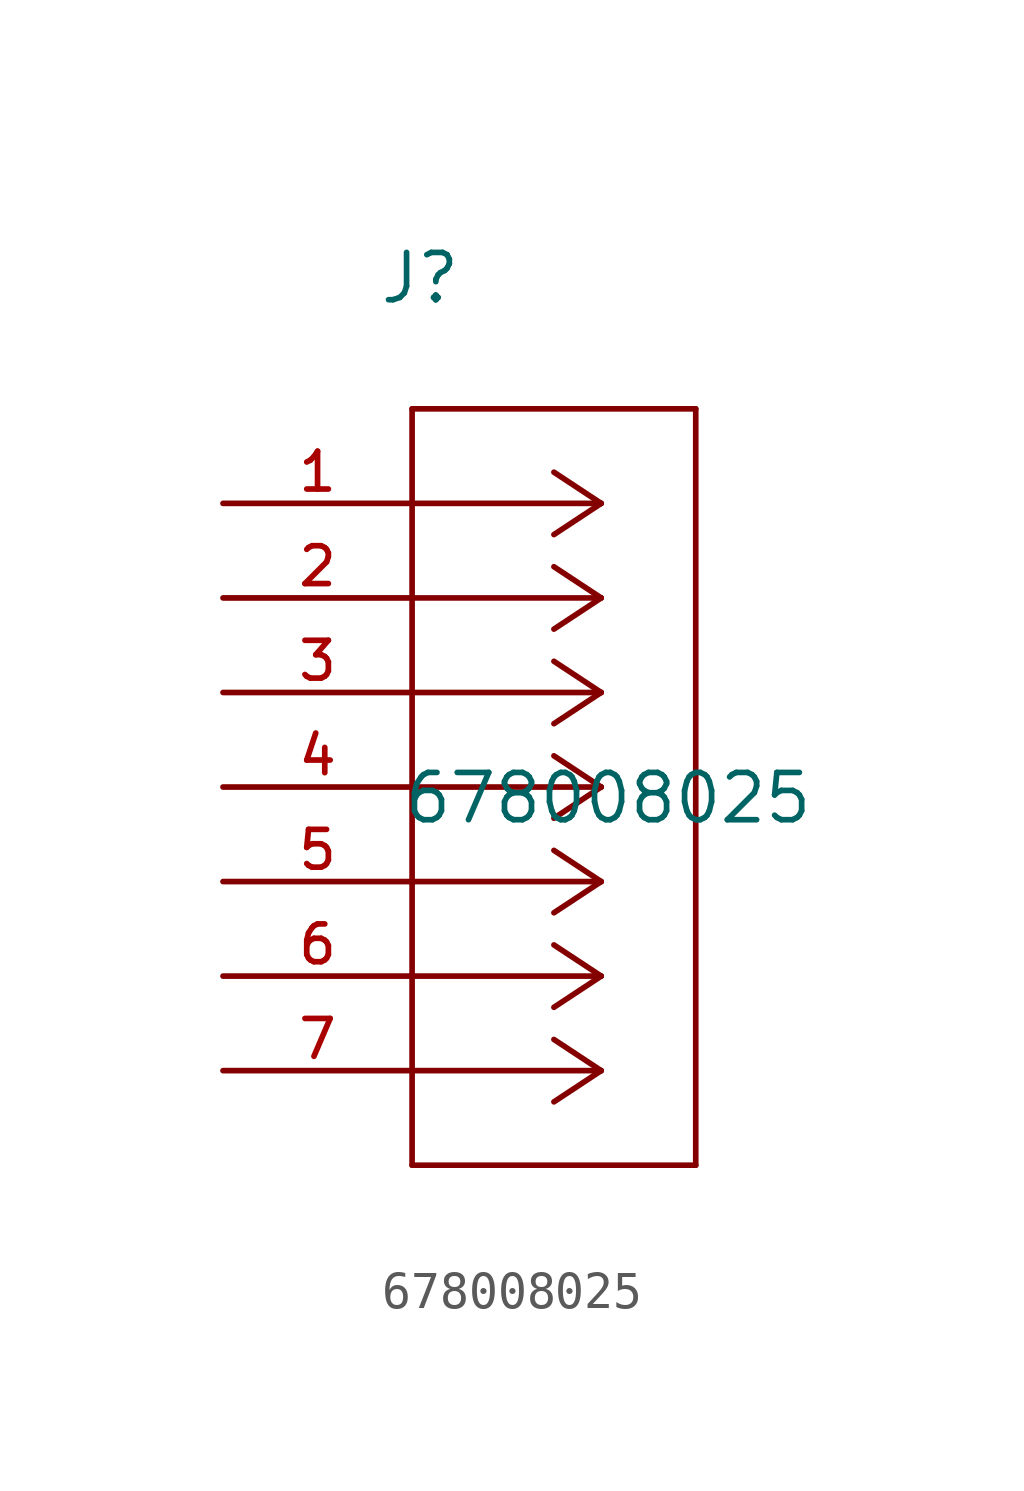
<source format=kicad_sym>
(kicad_symbol_lib
  (version 20211014)
  (generator kicad_symbol_editor)
  (symbol "678008025"
    (pin_names
      (offset 1.016))
    (property "Reference" "J"
      (at 4.166 5.309 0.0)
      (effects (font (size 1.27 1.27)) (justify bottom left)))
    (property "Value" "678008025"
      (at 4.801 -8.661 0.0)
      (effects (font (size 1.27 1.27)) (justify bottom left)))
    (symbol "678008025_0_0"
      (polyline (pts (xy 10.16 0.0) (xy 5.08 0.0)) (stroke (width 0.152)))
      (polyline (pts (xy 10.16 -2.54) (xy 5.08 -2.54)) (stroke (width 0.152)))
      (polyline (pts (xy 10.16 -5.08) (xy 5.08 -5.08)) (stroke (width 0.152)))
      (polyline (pts (xy 10.16 -7.62) (xy 5.08 -7.62)) (stroke (width 0.152)))
      (polyline (pts (xy 10.16 -10.16) (xy 5.08 -10.16)) (stroke (width 0.152)))
      (polyline (pts (xy 10.16 -12.7) (xy 5.08 -12.7)) (stroke (width 0.152)))
      (polyline (pts (xy 10.16 -15.24) (xy 5.08 -15.24)) (stroke (width 0.152)))
      (polyline (pts (xy 10.16 0.0) (xy 8.89 0.838)) (stroke (width 0.152)))
      (polyline (pts (xy 10.16 -2.54) (xy 8.89 -1.702)) (stroke (width 0.152)))
      (polyline (pts (xy 10.16 -5.08) (xy 8.89 -4.242)) (stroke (width 0.152)))
      (polyline (pts (xy 10.16 -7.62) (xy 8.89 -6.782)) (stroke (width 0.152)))
      (polyline (pts (xy 10.16 -10.16) (xy 8.89 -9.322)) (stroke (width 0.152)))
      (polyline (pts (xy 10.16 -12.7) (xy 8.89 -11.862)) (stroke (width 0.152)))
      (polyline (pts (xy 10.16 -15.24) (xy 8.89 -14.402)) (stroke (width 0.152)))
      (polyline (pts (xy 10.16 0.0) (xy 8.89 -0.838)) (stroke (width 0.152)))
      (polyline (pts (xy 10.16 -2.54) (xy 8.89 -3.378)) (stroke (width 0.152)))
      (polyline (pts (xy 10.16 -5.08) (xy 8.89 -5.918)) (stroke (width 0.152)))
      (polyline (pts (xy 10.16 -7.62) (xy 8.89 -8.458)) (stroke (width 0.152)))
      (polyline (pts (xy 10.16 -10.16) (xy 8.89 -10.998)) (stroke (width 0.152)))
      (polyline (pts (xy 10.16 -12.7) (xy 8.89 -13.538)) (stroke (width 0.152)))
      (polyline (pts (xy 10.16 -15.24) (xy 8.89 -16.078)) (stroke (width 0.152)))
      (polyline (pts (xy 5.08 2.54) (xy 5.08 -17.78)) (stroke (width 0.152)))
      (polyline (pts (xy 5.08 -17.78) (xy 12.7 -17.78)) (stroke (width 0.152)))
      (polyline (pts (xy 12.7 -17.78) (xy 12.7 2.54)) (stroke (width 0.152)))
      (polyline (pts (xy 12.7 2.54) (xy 5.08 2.54)) (stroke (width 0.152)))
      (pin passive line (at 0.0 0.0 0) (length 5.08) (name "~" (effects (font (size 1.016 1.016)))) (number "1" (effects (font (size 1.016 1.016)))))
      (pin passive line (at 0.0 -2.54 0) (length 5.08) (name "~" (effects (font (size 1.016 1.016)))) (number "2" (effects (font (size 1.016 1.016)))))
      (pin passive line (at 0.0 -5.08 0) (length 5.08) (name "~" (effects (font (size 1.016 1.016)))) (number "3" (effects (font (size 1.016 1.016)))))
      (pin passive line (at 0.0 -7.62 0) (length 5.08) (name "~" (effects (font (size 1.016 1.016)))) (number "4" (effects (font (size 1.016 1.016)))))
      (pin passive line (at 0.0 -10.16 0) (length 5.08) (name "~" (effects (font (size 1.016 1.016)))) (number "5" (effects (font (size 1.016 1.016)))))
      (pin passive line (at 0.0 -12.7 0) (length 5.08) (name "~" (effects (font (size 1.016 1.016)))) (number "6" (effects (font (size 1.016 1.016)))))
      (pin passive line (at 0.0 -15.24 0) (length 5.08) (name "~" (effects (font (size 1.016 1.016)))) (number "7" (effects (font (size 1.016 1.016))))))))
</source>
